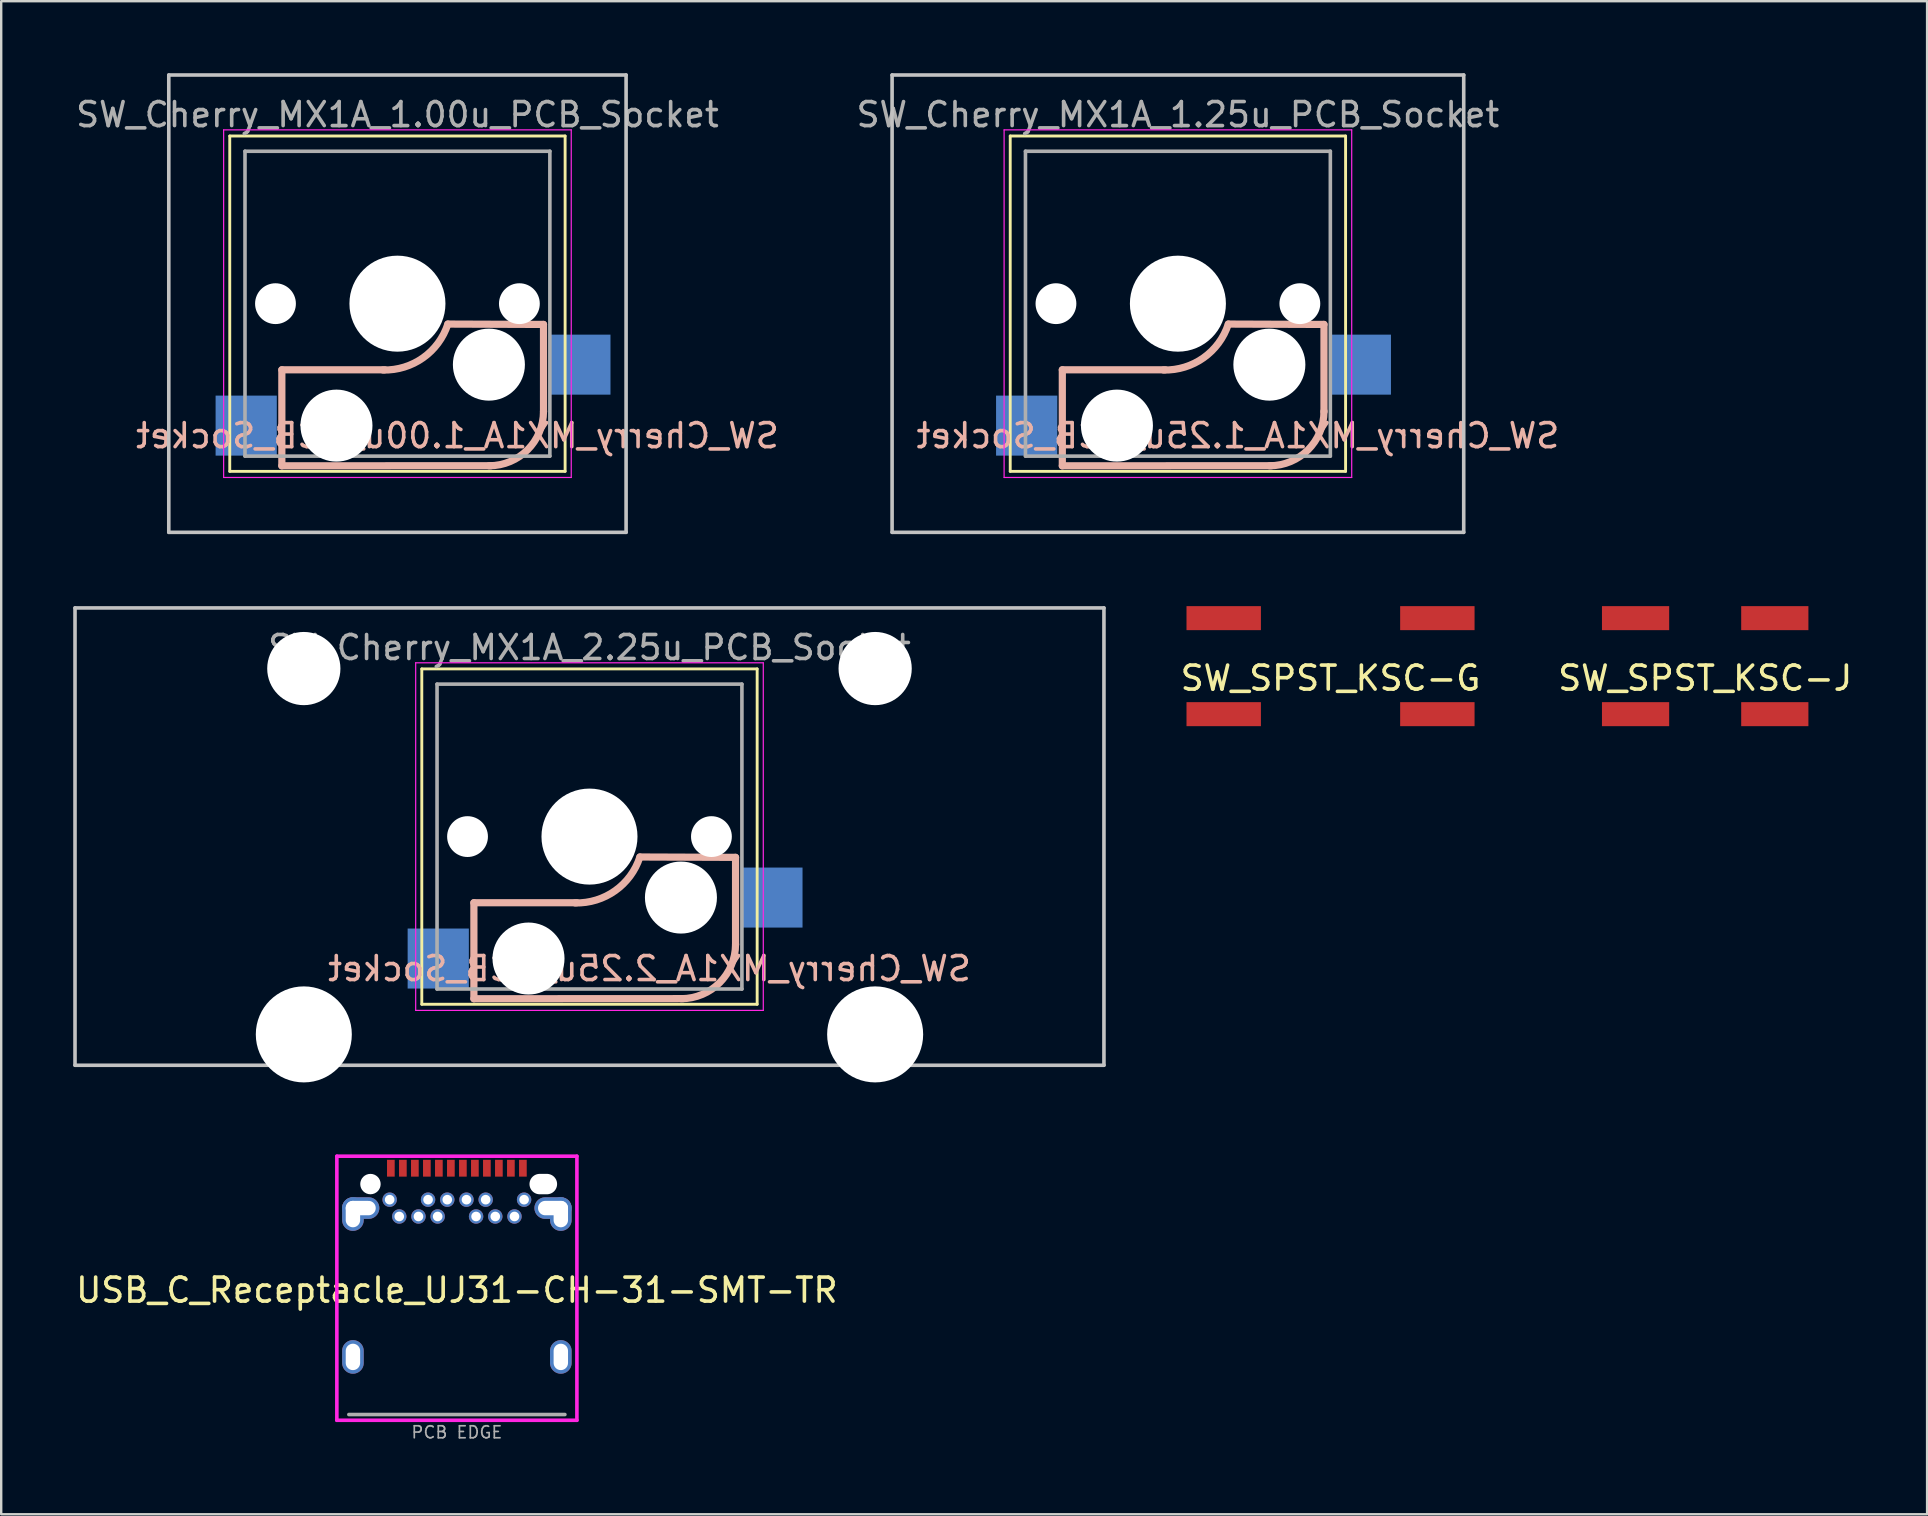
<source format=kicad_pcb>
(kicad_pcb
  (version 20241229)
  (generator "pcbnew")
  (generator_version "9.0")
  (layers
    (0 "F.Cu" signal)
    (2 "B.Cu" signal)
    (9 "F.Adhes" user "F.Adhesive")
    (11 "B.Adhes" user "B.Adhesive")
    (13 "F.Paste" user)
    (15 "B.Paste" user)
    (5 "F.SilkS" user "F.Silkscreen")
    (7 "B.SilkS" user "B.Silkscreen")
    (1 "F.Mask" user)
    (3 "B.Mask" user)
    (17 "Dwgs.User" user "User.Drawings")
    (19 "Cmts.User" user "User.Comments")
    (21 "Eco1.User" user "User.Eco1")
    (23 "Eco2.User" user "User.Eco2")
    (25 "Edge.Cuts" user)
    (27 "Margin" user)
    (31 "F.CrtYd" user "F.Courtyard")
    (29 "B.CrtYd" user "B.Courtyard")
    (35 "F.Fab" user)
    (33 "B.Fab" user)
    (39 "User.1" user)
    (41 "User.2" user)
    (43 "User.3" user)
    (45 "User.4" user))
  (footprint "SW_Cherry_MX1A_1.25u_PCB_Socket"
    (layer "F.Cu")
    (at 46.018 9.6)
    (property "Reference" "SW_Cherry_MX1A_1.25u_PCB_Socket" (at 2.5 5.5 0) (layer "B.SilkS") (effects (font (size 1 1) (thickness 0.15)) (justify mirror)))
    (attr through_hole)
    (fp_line (start -6.985 -6.985) (end 6.985 -6.985) (stroke (width 0.12) (type solid)) (layer "F.SilkS"))
    (fp_line (start -6.985 6.985) (end -6.985 -6.985) (stroke (width 0.12) (type solid)) (layer "F.SilkS"))
    (fp_line (start 6.985 -6.985) (end 6.985 6.985) (stroke (width 0.12) (type solid)) (layer "F.SilkS"))
    (fp_line (start 6.985 6.985) (end -6.985 6.985) (stroke (width 0.12) (type solid)) (layer "F.SilkS"))
    (fp_line (start -4.815 2.755) (end -0.53 2.755) (stroke (width 0.3) (type solid)) (layer "B.SilkS"))
    (fp_line (start -4.815 6.755) (end -4.815 2.755) (stroke (width 0.3) (type solid)) (layer "B.SilkS"))
    (fp_line (start -4.815 6.755) (end 3.9 6.75) (stroke (width 0.3) (type solid)) (layer "B.SilkS"))
    (fp_line (start 2.1 0.85) (end 6.085 0.865) (stroke (width 0.3) (type solid)) (layer "B.SilkS"))
    (fp_line (start 6.085 4.5) (end 6.085 0.865) (stroke (width 0.3) (type solid)) (layer "B.SilkS"))
    (fp_arc (start 2.1 0.85) (mid 1.068297 2.25496) (end -0.599077 2.763083) (stroke (width 0.3) (type solid)) (layer "B.SilkS"))
    (fp_arc (start 6.085 4.483532) (mid 5.420254 6.088371) (end 3.815415 6.753117) (stroke (width 0.3) (type solid)) (layer "B.SilkS"))
    (fp_line (start -11.906 -9.525) (end 11.906 -9.525) (stroke (width 0.15) (type solid)) (layer "Dwgs.User"))
    (fp_line (start -11.906 9.525) (end -11.906 -9.525) (stroke (width 0.15) (type solid)) (layer "Dwgs.User"))
    (fp_line (start 11.906 -9.525) (end 11.906 9.525) (stroke (width 0.15) (type solid)) (layer "Dwgs.User"))
    (fp_line (start 11.906 9.525) (end -11.906 9.525) (stroke (width 0.15) (type solid)) (layer "Dwgs.User"))
    (fp_line (start -7.24 -7.24) (end 7.24 -7.24) (stroke (width 0.05) (type solid)) (layer "F.CrtYd"))
    (fp_line (start -7.24 7.24) (end -7.24 -7.24) (stroke (width 0.05) (type solid)) (layer "F.CrtYd"))
    (fp_line (start 7.24 -7.24) (end 7.24 7.24) (stroke (width 0.05) (type solid)) (layer "F.CrtYd"))
    (fp_line (start 7.24 7.24) (end -7.24 7.24) (stroke (width 0.05) (type solid)) (layer "F.CrtYd"))
    (fp_line (start -6.35 -6.35) (end 6.35 -6.35) (stroke (width 0.15) (type solid)) (layer "F.Fab"))
    (fp_line (start -6.35 6.35) (end -6.35 -6.35) (stroke (width 0.15) (type solid)) (layer "F.Fab"))
    (fp_line (start 6.35 -6.35) (end 6.35 6.35) (stroke (width 0.15) (type solid)) (layer "F.Fab"))
    (fp_line (start 6.35 6.35) (end -6.35 6.35) (stroke (width 0.15) (type solid)) (layer "F.Fab"))
    (fp_text user "${REFERENCE}" (at 0 -7.874 0) (layer "F.Fab") (effects (font (size 1 1) (thickness 0.15))))
    (pad "" np_thru_hole circle (at -5.08 0) (size 1.7 1.7) (drill 1.7) (layers "*.Cu" "*.Mask"))
    (pad "" np_thru_hole circle (at -2.54 5.08) (size 3 3) (drill 3) (layers "*.Cu" "*.Mask"))
    (pad "" np_thru_hole circle (at 0 0) (size 4 4) (drill 4) (layers "*.Cu" "*.Mask"))
    (pad "" np_thru_hole circle (at 3.81 2.54) (size 3 3) (drill 3) (layers "*.Cu" "*.Mask"))
    (pad "" np_thru_hole circle (at 5.08 0) (size 1.7 1.7) (drill 1.7) (layers "*.Cu" "*.Mask"))
    (pad "1" smd rect (at -6.3 5.08) (size 2.55 2.5) (layers "B.Cu" "B.Mask" "B.Paste"))
    (pad "2" smd rect (at 7.6 2.54) (size 2.55 2.5) (layers "B.Cu" "B.Mask" "B.Paste")))
  (footprint "SW_SPST_KSC-J"
    (layer "F.Cu")
    (at 67.983 24.7)
    (property "Reference" "SW_SPST_KSC-J" (at 0 0.5 0) (layer "F.SilkS") (effects (font (size 1 1) (thickness 0.15))))
    (attr through_hole)
    (pad "1" smd rect (at -2.9 2) (size 2.8 1) (layers "F.Cu" "F.Mask" "F.Paste"))
    (pad "1" smd rect (at 2.9 2) (size 2.8 1) (layers "F.Cu" "F.Mask" "F.Paste"))
    (pad "2" smd rect (at -2.9 -2) (size 2.8 1) (layers "F.Cu" "F.Mask" "F.Paste"))
    (pad "2" smd rect (at 2.9 -2) (size 2.8 1) (layers "F.Cu" "F.Mask" "F.Paste")))
  (footprint "USB_C_Receptacle_UJ31-CH-31-SMT-TR"
    (layer "F.Cu")
    (at 15.982 45.615)
    (property "Reference" "USB_C_Receptacle_UJ31-CH-31-SMT-TR" (at 0 5.08 0) (layer "F.SilkS") (effects (font (size 1 1) (thickness 0.15))))
    (attr through_hole)
    (fp_line (start -5 -0.5) (end 5 -0.5) (stroke (width 0.15) (type solid)) (layer "F.CrtYd"))
    (fp_line (start -5 10.5) (end -5 -0.5) (stroke (width 0.15) (type solid)) (layer "F.CrtYd"))
    (fp_line (start 5 -0.5) (end 5 10.5) (stroke (width 0.15) (type solid)) (layer "F.CrtYd"))
    (fp_line (start 5 10.5) (end -5 10.5) (stroke (width 0.15) (type solid)) (layer "F.CrtYd"))
    (fp_line (start -4.5 10.26) (end 4.5 10.26) (stroke (width 0.15) (type solid)) (layer "F.Fab"))
    (fp_text user "PCB EDGE" (at 0 11 0) (layer "F.Fab") (effects (font (size 0.5 0.5) (thickness 0.07))))
    (pad "" np_thru_hole circle (at -3.6 0.66) (size 0.85 0.85) (drill 0.85) (layers "*.Cu" "*.Mask"))
    (pad "" np_thru_hole oval (at 3.6 0.66) (size 1.15 0.85) (drill oval 1.15 0.85) (layers "*.Cu" "*.Mask"))
    (pad "A1" smd rect (at -2.75 0) (size 0.32 0.7) (layers "F.Cu" "F.Mask" "F.Paste"))
    (pad "A2" smd rect (at -2.25 0) (size 0.32 0.7) (layers "F.Cu" "F.Mask" "F.Paste"))
    (pad "A3" smd rect (at -1.75 0) (size 0.32 0.7) (layers "F.Cu" "F.Mask" "F.Paste"))
    (pad "A4" smd rect (at -1.25 0) (size 0.32 0.7) (layers "F.Cu" "F.Mask" "F.Paste"))
    (pad "A5" smd rect (at -0.75 0) (size 0.32 0.7) (layers "F.Cu" "F.Mask" "F.Paste"))
    (pad "A6" smd rect (at -0.25 0) (size 0.32 0.7) (layers "F.Cu" "F.Mask" "F.Paste"))
    (pad "A7" smd rect (at 0.25 0) (size 0.32 0.7) (layers "F.Cu" "F.Mask" "F.Paste"))
    (pad "A8" smd rect (at 0.75 0) (size 0.32 0.7) (layers "F.Cu" "F.Mask" "F.Paste"))
    (pad "A9" smd rect (at 1.25 0) (size 0.32 0.7) (layers "F.Cu" "F.Mask" "F.Paste"))
    (pad "A10" smd rect (at 1.75 0) (size 0.32 0.7) (layers "F.Cu" "F.Mask" "F.Paste"))
    (pad "A11" smd rect (at 2.25 0) (size 0.32 0.7) (layers "F.Cu" "F.Mask" "F.Paste"))
    (pad "A12" smd rect (at 2.75 0) (size 0.32 0.7) (layers "F.Cu" "F.Mask" "F.Paste"))
    (pad "B1" thru_hole circle (at 2.8 1.31) (size 0.6 0.6) (drill 0.4) (layers "*.Cu" "*.Mask"))
    (pad "B2" thru_hole circle (at 2.4 2.01) (size 0.6 0.6) (drill 0.4) (layers "*.Cu" "*.Mask"))
    (pad "B3" thru_hole circle (at 1.6 2.01) (size 0.6 0.6) (drill 0.4) (layers "*.Cu" "*.Mask"))
    (pad "B4" thru_hole circle (at 1.2 1.31) (size 0.6 0.6) (drill 0.4) (layers "*.Cu" "*.Mask"))
    (pad "B5" thru_hole circle (at 0.8 2.01) (size 0.6 0.6) (drill 0.4) (layers "*.Cu" "*.Mask"))
    (pad "B6" thru_hole circle (at 0.4 1.31) (size 0.6 0.6) (drill 0.4) (layers "*.Cu" "*.Mask"))
    (pad "B7" thru_hole circle (at -0.4 1.31) (size 0.6 0.6) (drill 0.4) (layers "*.Cu" "*.Mask"))
    (pad "B8" thru_hole circle (at -0.8 2.01) (size 0.6 0.6) (drill 0.4) (layers "*.Cu" "*.Mask"))
    (pad "B9" thru_hole circle (at -1.2 1.31) (size 0.6 0.6) (drill 0.4) (layers "*.Cu" "*.Mask"))
    (pad "B10" thru_hole circle (at -1.6 2.01) (size 0.6 0.6) (drill 0.4) (layers "*.Cu" "*.Mask"))
    (pad "B11" thru_hole circle (at -2.4 2.01) (size 0.6 0.6) (drill 0.4) (layers "*.Cu" "*.Mask"))
    (pad "B12" thru_hole circle (at -2.8 1.31) (size 0.6 0.6) (drill 0.4) (layers "*.Cu" "*.Mask"))
    (pad "S1" thru_hole oval (at -4.33 1.91) (size 0.9 1.4) (drill oval 0.6 1.1) (layers "*.Cu" "*.Mask"))
    (pad "S1" thru_hole oval (at -4.33 7.86) (size 0.9 1.4) (drill oval 0.6 1.1) (layers "*.Cu" "*.Mask"))
    (pad "S1" thru_hole oval (at -4.005 1.66 90) (size 0.9 1.55) (drill oval 0.6 1.25) (layers "*.Cu" "*.Mask"))
    (pad "S1" thru_hole oval (at 4.005 1.66 90) (size 0.9 1.55) (drill oval 0.6 1.25) (layers "*.Cu" "*.Mask"))
    (pad "S1" thru_hole oval (at 4.33 1.91) (size 0.9 1.4) (drill oval 0.6 1.1) (layers "*.Cu" "*.Mask"))
    (pad "S1" thru_hole oval (at 4.33 7.86) (size 0.9 1.4) (drill oval 0.6 1.1) (layers "*.Cu" "*.Mask")))
  (footprint "SW_Cherry_MX1A_1.00u_PCB_Socket"
    (layer "F.Cu")
    (at 13.506 9.6)
    (property "Reference" "SW_Cherry_MX1A_1.00u_PCB_Socket" (at 2.5 5.5 0) (layer "B.SilkS") (effects (font (size 1 1) (thickness 0.15)) (justify mirror)))
    (attr through_hole)
    (fp_line (start -6.985 -6.985) (end 6.985 -6.985) (stroke (width 0.12) (type solid)) (layer "F.SilkS"))
    (fp_line (start -6.985 6.985) (end -6.985 -6.985) (stroke (width 0.12) (type solid)) (layer "F.SilkS"))
    (fp_line (start 6.985 -6.985) (end 6.985 6.985) (stroke (width 0.12) (type solid)) (layer "F.SilkS"))
    (fp_line (start 6.985 6.985) (end -6.985 6.985) (stroke (width 0.12) (type solid)) (layer "F.SilkS"))
    (fp_line (start -4.815 2.755) (end -0.53 2.755) (stroke (width 0.3) (type solid)) (layer "B.SilkS"))
    (fp_line (start -4.815 6.755) (end -4.815 2.755) (stroke (width 0.3) (type solid)) (layer "B.SilkS"))
    (fp_line (start -4.815 6.755) (end 3.9 6.75) (stroke (width 0.3) (type solid)) (layer "B.SilkS"))
    (fp_line (start 2.1 0.85) (end 6.085 0.865) (stroke (width 0.3) (type solid)) (layer "B.SilkS"))
    (fp_line (start 6.085 4.5) (end 6.085 0.865) (stroke (width 0.3) (type solid)) (layer "B.SilkS"))
    (fp_arc (start 2.1 0.85) (mid 1.068297 2.25496) (end -0.599077 2.763083) (stroke (width 0.3) (type solid)) (layer "B.SilkS"))
    (fp_arc (start 6.085 4.483532) (mid 5.420254 6.088371) (end 3.815415 6.753117) (stroke (width 0.3) (type solid)) (layer "B.SilkS"))
    (fp_line (start -9.525 -9.525) (end 9.525 -9.525) (stroke (width 0.15) (type solid)) (layer "Dwgs.User"))
    (fp_line (start -9.525 9.525) (end -9.525 -9.525) (stroke (width 0.15) (type solid)) (layer "Dwgs.User"))
    (fp_line (start 9.525 -9.525) (end 9.525 9.525) (stroke (width 0.15) (type solid)) (layer "Dwgs.User"))
    (fp_line (start 9.525 9.525) (end -9.525 9.525) (stroke (width 0.15) (type solid)) (layer "Dwgs.User"))
    (fp_line (start -7.24 -7.24) (end 7.24 -7.24) (stroke (width 0.05) (type solid)) (layer "F.CrtYd"))
    (fp_line (start -7.24 7.24) (end -7.24 -7.24) (stroke (width 0.05) (type solid)) (layer "F.CrtYd"))
    (fp_line (start 7.24 -7.24) (end 7.24 7.24) (stroke (width 0.05) (type solid)) (layer "F.CrtYd"))
    (fp_line (start 7.24 7.24) (end -7.24 7.24) (stroke (width 0.05) (type solid)) (layer "F.CrtYd"))
    (fp_line (start -6.35 -6.35) (end 6.35 -6.35) (stroke (width 0.15) (type solid)) (layer "F.Fab"))
    (fp_line (start -6.35 6.35) (end -6.35 -6.35) (stroke (width 0.15) (type solid)) (layer "F.Fab"))
    (fp_line (start 6.35 -6.35) (end 6.35 6.35) (stroke (width 0.15) (type solid)) (layer "F.Fab"))
    (fp_line (start 6.35 6.35) (end -6.35 6.35) (stroke (width 0.15) (type solid)) (layer "F.Fab"))
    (fp_text user "${REFERENCE}" (at 0 -7.874 0) (layer "F.Fab") (effects (font (size 1 1) (thickness 0.15))))
    (pad "" np_thru_hole circle (at -5.08 0) (size 1.7 1.7) (drill 1.7) (layers "*.Cu" "*.Mask"))
    (pad "" np_thru_hole circle (at -2.54 5.08) (size 3 3) (drill 3) (layers "*.Cu" "*.Mask"))
    (pad "" np_thru_hole circle (at 0 0) (size 4 4) (drill 4) (layers "*.Cu" "*.Mask"))
    (pad "" np_thru_hole circle (at 3.81 2.54) (size 3 3) (drill 3) (layers "*.Cu" "*.Mask"))
    (pad "" np_thru_hole circle (at 5.08 0) (size 1.7 1.7) (drill 1.7) (layers "*.Cu" "*.Mask"))
    (pad "1" smd rect (at -6.3 5.08) (size 2.55 2.5) (layers "B.Cu" "B.Mask" "B.Paste"))
    (pad "2" smd rect (at 7.6 2.54) (size 2.55 2.5) (layers "B.Cu" "B.Mask" "B.Paste")))
  (footprint "SW_SPST_KSC-G"
    (layer "F.Cu")
    (at 52.376 24.7)
    (property "Reference" "SW_SPST_KSC-G" (at 0 0.5 0) (layer "F.SilkS") (effects (font (size 1 1) (thickness 0.15))))
    (attr through_hole)
    (pad "1" smd rect (at -4.45 2) (size 3.1 1) (layers "F.Cu" "F.Mask" "F.Paste"))
    (pad "1" smd rect (at 4.45 2) (size 3.1 1) (layers "F.Cu" "F.Mask" "F.Paste"))
    (pad "2" smd rect (at -4.45 -2) (size 3.1 1) (layers "F.Cu" "F.Mask" "F.Paste"))
    (pad "2" smd rect (at 4.45 -2) (size 3.1 1) (layers "F.Cu" "F.Mask" "F.Paste")))
  (footprint "SW_Cherry_MX1A_2.25u_PCB_Socket"
    (layer "F.Cu")
    (at 21.506 31.8)
    (property "Reference" "SW_Cherry_MX1A_2.25u_PCB_Socket" (at 2.5 5.5 0) (layer "B.SilkS") (effects (font (size 1 1) (thickness 0.15)) (justify mirror)))
    (attr through_hole)
    (fp_line (start -6.985 -6.985) (end 6.985 -6.985) (stroke (width 0.12) (type solid)) (layer "F.SilkS"))
    (fp_line (start -6.985 6.985) (end -6.985 -6.985) (stroke (width 0.12) (type solid)) (layer "F.SilkS"))
    (fp_line (start 6.985 -6.985) (end 6.985 6.985) (stroke (width 0.12) (type solid)) (layer "F.SilkS"))
    (fp_line (start 6.985 6.985) (end -6.985 6.985) (stroke (width 0.12) (type solid)) (layer "F.SilkS"))
    (fp_line (start -4.815 2.755) (end -0.53 2.755) (stroke (width 0.3) (type solid)) (layer "B.SilkS"))
    (fp_line (start -4.815 6.755) (end -4.815 2.755) (stroke (width 0.3) (type solid)) (layer "B.SilkS"))
    (fp_line (start -4.815 6.755) (end 3.9 6.75) (stroke (width 0.3) (type solid)) (layer "B.SilkS"))
    (fp_line (start 2.1 0.85) (end 6.085 0.865) (stroke (width 0.3) (type solid)) (layer "B.SilkS"))
    (fp_line (start 6.085 4.5) (end 6.085 0.865) (stroke (width 0.3) (type solid)) (layer "B.SilkS"))
    (fp_arc (start 2.1 0.85) (mid 1.068297 2.25496) (end -0.599077 2.763083) (stroke (width 0.3) (type solid)) (layer "B.SilkS"))
    (fp_arc (start 6.085 4.483532) (mid 5.420254 6.088371) (end 3.815415 6.753117) (stroke (width 0.3) (type solid)) (layer "B.SilkS"))
    (fp_line (start -21.431 -9.525) (end 21.431 -9.525) (stroke (width 0.15) (type solid)) (layer "Dwgs.User"))
    (fp_line (start -21.431 9.525) (end -21.431 -9.525) (stroke (width 0.15) (type solid)) (layer "Dwgs.User"))
    (fp_line (start 21.431 -9.525) (end 21.431 9.525) (stroke (width 0.15) (type solid)) (layer "Dwgs.User"))
    (fp_line (start 21.431 9.525) (end -21.431 9.525) (stroke (width 0.15) (type solid)) (layer "Dwgs.User"))
    (fp_line (start -7.24 -7.24) (end 7.24 -7.24) (stroke (width 0.05) (type solid)) (layer "F.CrtYd"))
    (fp_line (start -7.24 7.24) (end -7.24 -7.24) (stroke (width 0.05) (type solid)) (layer "F.CrtYd"))
    (fp_line (start 7.24 -7.24) (end 7.24 7.24) (stroke (width 0.05) (type solid)) (layer "F.CrtYd"))
    (fp_line (start 7.24 7.24) (end -7.24 7.24) (stroke (width 0.05) (type solid)) (layer "F.CrtYd"))
    (fp_line (start -6.35 -6.35) (end 6.35 -6.35) (stroke (width 0.15) (type solid)) (layer "F.Fab"))
    (fp_line (start -6.35 6.35) (end -6.35 -6.35) (stroke (width 0.15) (type solid)) (layer "F.Fab"))
    (fp_line (start 6.35 -6.35) (end 6.35 6.35) (stroke (width 0.15) (type solid)) (layer "F.Fab"))
    (fp_line (start 6.35 6.35) (end -6.35 6.35) (stroke (width 0.15) (type solid)) (layer "F.Fab"))
    (fp_text user "${REFERENCE}" (at 0 -7.874 0) (layer "F.Fab") (effects (font (size 1 1) (thickness 0.15))))
    (pad "" np_thru_hole circle (at -11.9 -7) (size 3.05 3.05) (drill 3.05) (layers "*.Cu" "*.Mask"))
    (pad "" np_thru_hole circle (at -11.9 8.24) (size 4 4) (drill 4) (layers "*.Cu" "*.Mask"))
    (pad "" np_thru_hole circle (at -5.08 0) (size 1.7 1.7) (drill 1.7) (layers "*.Cu" "*.Mask"))
    (pad "" np_thru_hole circle (at -2.54 5.08) (size 3 3) (drill 3) (layers "*.Cu" "*.Mask"))
    (pad "" np_thru_hole circle (at 0 0) (size 4 4) (drill 4) (layers "*.Cu" "*.Mask"))
    (pad "" np_thru_hole circle (at 3.81 2.54) (size 3 3) (drill 3) (layers "*.Cu" "*.Mask"))
    (pad "" np_thru_hole circle (at 5.08 0) (size 1.7 1.7) (drill 1.7) (layers "*.Cu" "*.Mask"))
    (pad "" np_thru_hole circle (at 11.9 -7) (size 3.05 3.05) (drill 3.05) (layers "*.Cu" "*.Mask"))
    (pad "" np_thru_hole circle (at 11.9 8.24) (size 4 4) (drill 4) (layers "*.Cu" "*.Mask"))
    (pad "1" smd rect (at -6.3 5.08) (size 2.55 2.5) (layers "B.Cu" "B.Mask" "B.Paste"))
    (pad "2" smd rect (at 7.6 2.54) (size 2.55 2.5) (layers "B.Cu" "B.Mask" "B.Paste")))
  (gr_rect
    (start -3 -3)
    (end 77.227 60.03)
    (stroke (width 0.1) (type default))
    (fill no)
    (layer "Edge.Cuts")))
</source>
